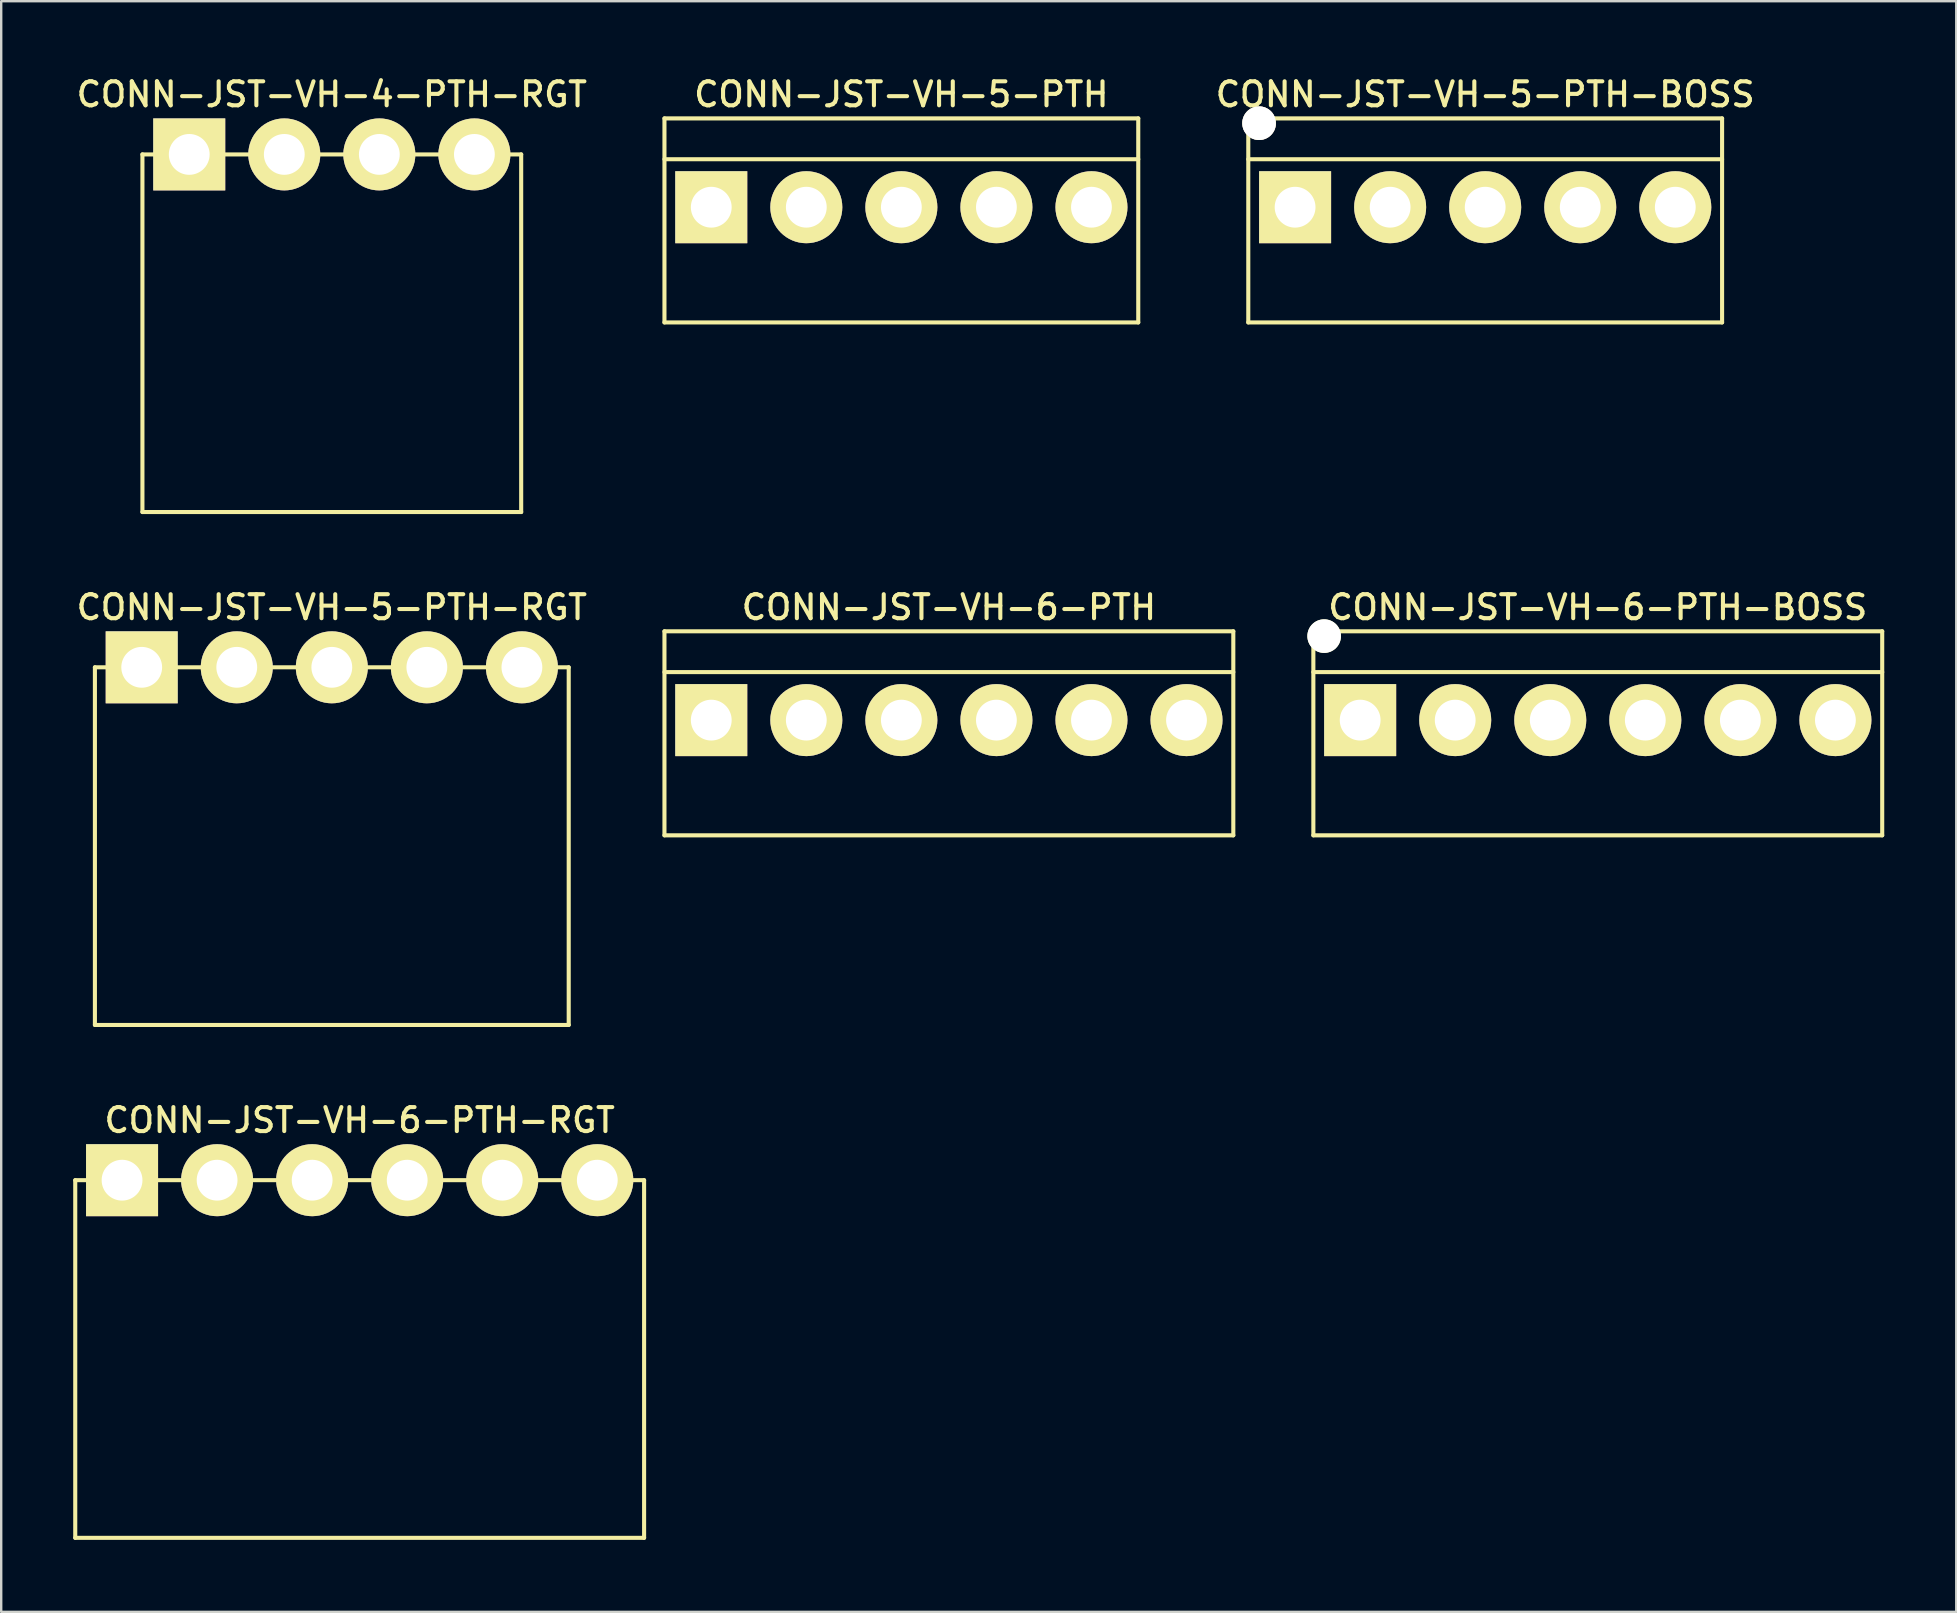
<source format=kicad_pcb>
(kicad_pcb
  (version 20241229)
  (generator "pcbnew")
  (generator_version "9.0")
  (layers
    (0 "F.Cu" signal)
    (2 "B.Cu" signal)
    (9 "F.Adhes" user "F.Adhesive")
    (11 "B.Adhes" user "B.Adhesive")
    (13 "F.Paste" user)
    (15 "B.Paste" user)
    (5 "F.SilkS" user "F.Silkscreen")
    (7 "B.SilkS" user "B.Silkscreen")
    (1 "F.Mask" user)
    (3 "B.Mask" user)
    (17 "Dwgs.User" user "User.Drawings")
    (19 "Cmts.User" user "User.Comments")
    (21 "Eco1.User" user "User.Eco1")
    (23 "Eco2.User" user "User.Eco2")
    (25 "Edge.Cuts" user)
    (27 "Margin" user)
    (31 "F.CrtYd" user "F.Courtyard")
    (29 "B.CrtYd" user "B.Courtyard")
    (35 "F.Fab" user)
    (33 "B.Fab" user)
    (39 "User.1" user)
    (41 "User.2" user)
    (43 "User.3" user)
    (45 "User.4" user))
  (footprint "CONN-JST-VH-6-PTH-RGT"
    (layer "F.Cu")
    (at 11.935 46.12)
    (property "Reference" "CONN-JST-VH-6-PTH-RGT" (at 0 -2.5 0) (layer "F.SilkS") (effects (font (size 1 1) (thickness 0.17))))
    (attr through_hole)
    (fp_line (start -11.85 0) (end 11.85 0) (stroke (width 0.17) (type solid)) (layer "F.SilkS"))
    (fp_line (start -11.85 14.9) (end -11.85 0) (stroke (width 0.17) (type solid)) (layer "F.SilkS"))
    (fp_line (start -11.85 14.9) (end 11.85 14.9) (stroke (width 0.17) (type solid)) (layer "F.SilkS"))
    (fp_line (start 11.85 14.9) (end 11.85 0) (stroke (width 0.17) (type solid)) (layer "F.SilkS"))
    (pad "1" thru_hole rect (at -9.9 0) (size 3 3) (drill 1.7) (layers "*.Cu" "*.Mask" "F.SilkS"))
    (pad "2" thru_hole circle (at -5.94 0) (size 3 3) (drill 1.7) (layers "*.Cu" "*.Mask" "F.SilkS"))
    (pad "3" thru_hole circle (at -1.98 0) (size 3 3) (drill 1.7) (layers "*.Cu" "*.Mask" "F.SilkS"))
    (pad "4" thru_hole circle (at 1.98 0) (size 3 3) (drill 1.7) (layers "*.Cu" "*.Mask" "F.SilkS"))
    (pad "5" thru_hole circle (at 5.94 0) (size 3 3) (drill 1.7) (layers "*.Cu" "*.Mask" "F.SilkS"))
    (pad "6" thru_hole circle (at 9.9 0) (size 3 3) (drill 1.7) (layers "*.Cu" "*.Mask" "F.SilkS")))
  (footprint "CONN-JST-VH-6-PTH"
    (layer "F.Cu")
    (at 36.483 26.952)
    (property "Reference" "CONN-JST-VH-6-PTH" (at 0 -4.7 0) (layer "F.SilkS") (effects (font (size 1 1) (thickness 0.17))))
    (attr through_hole)
    (fp_line (start -11.85 -3.7) (end 11.85 -3.7) (stroke (width 0.17) (type solid)) (layer "F.SilkS"))
    (fp_line (start -11.85 -2) (end 11.85 -2) (stroke (width 0.17) (type solid)) (layer "F.SilkS"))
    (fp_line (start -11.85 4.8) (end -11.85 -3.7) (stroke (width 0.17) (type solid)) (layer "F.SilkS"))
    (fp_line (start -11.85 4.8) (end 11.85 4.8) (stroke (width 0.17) (type solid)) (layer "F.SilkS"))
    (fp_line (start 11.85 4.8) (end 11.85 -3.7) (stroke (width 0.17) (type solid)) (layer "F.SilkS"))
    (pad "1" thru_hole rect (at -9.9 0) (size 3 3) (drill 1.7) (layers "*.Cu" "*.Mask" "F.SilkS"))
    (pad "2" thru_hole circle (at -5.94 0) (size 3 3) (drill 1.7) (layers "*.Cu" "*.Mask" "F.SilkS"))
    (pad "3" thru_hole circle (at -1.98 0) (size 3 3) (drill 1.7) (layers "*.Cu" "*.Mask" "F.SilkS"))
    (pad "4" thru_hole circle (at 1.98 0) (size 3 3) (drill 1.7) (layers "*.Cu" "*.Mask" "F.SilkS"))
    (pad "5" thru_hole circle (at 5.94 0) (size 3 3) (drill 1.7) (layers "*.Cu" "*.Mask" "F.SilkS"))
    (pad "6" thru_hole circle (at 9.9 0) (size 3 3) (drill 1.7) (layers "*.Cu" "*.Mask" "F.SilkS")))
  (footprint "CONN-JST-VH-5-PTH-BOSS"
    (layer "F.Cu")
    (at 58.827 5.583)
    (property "Reference" "CONN-JST-VH-5-PTH-BOSS" (at 0 -4.7 0) (layer "F.SilkS") (effects (font (size 1 1) (thickness 0.17))))
    (attr through_hole)
    (fp_line (start -9.87 -3.7) (end 9.87 -3.7) (stroke (width 0.17) (type solid)) (layer "F.SilkS"))
    (fp_line (start -9.87 -2) (end 9.87 -2) (stroke (width 0.17) (type solid)) (layer "F.SilkS"))
    (fp_line (start -9.87 4.8) (end -9.87 -3.7) (stroke (width 0.17) (type solid)) (layer "F.SilkS"))
    (fp_line (start -9.87 4.8) (end 9.87 4.8) (stroke (width 0.17) (type solid)) (layer "F.SilkS"))
    (fp_line (start 9.87 4.8) (end 9.87 -3.7) (stroke (width 0.17) (type solid)) (layer "F.SilkS"))
    (pad "1" thru_hole rect (at -7.92 0) (size 3 3) (drill 1.7) (layers "*.Cu" "*.Mask" "F.SilkS"))
    (pad "2" thru_hole circle (at -3.96 0) (size 3 3) (drill 1.7) (layers "*.Cu" "*.Mask" "F.SilkS"))
    (pad "3" thru_hole circle (at 0 0) (size 3 3) (drill 1.7) (layers "*.Cu" "*.Mask" "F.SilkS"))
    (pad "4" thru_hole circle (at 3.96 0) (size 3 3) (drill 1.7) (layers "*.Cu" "*.Mask" "F.SilkS"))
    (pad "5" thru_hole circle (at 7.92 0) (size 3 3) (drill 1.7) (layers "*.Cu" "*.Mask" "F.SilkS"))
    (pad "M1" thru_hole circle (at -9.42 -3.5) (size 1.4 1.4) (drill 1.4) (layers "*.Cu" "*.Mask" "F.SilkS")))
  (footprint "CONN-JST-VH-4-PTH-RGT"
    (layer "F.Cu")
    (at 10.774 3.383)
    (property "Reference" "CONN-JST-VH-4-PTH-RGT" (at 0 -2.5 0) (layer "F.SilkS") (effects (font (size 1 1) (thickness 0.17))))
    (attr through_hole)
    (fp_line (start -7.89 0) (end 7.89 0) (stroke (width 0.17) (type solid)) (layer "F.SilkS"))
    (fp_line (start -7.89 14.9) (end -7.89 0) (stroke (width 0.17) (type solid)) (layer "F.SilkS"))
    (fp_line (start -7.89 14.9) (end 7.89 14.9) (stroke (width 0.17) (type solid)) (layer "F.SilkS"))
    (fp_line (start 7.89 14.9) (end 7.89 0) (stroke (width 0.17) (type solid)) (layer "F.SilkS"))
    (pad "1" thru_hole rect (at -5.94 0) (size 3 3) (drill 1.7) (layers "*.Cu" "*.Mask" "F.SilkS"))
    (pad "2" thru_hole circle (at -1.98 0) (size 3 3) (drill 1.7) (layers "*.Cu" "*.Mask" "F.SilkS"))
    (pad "3" thru_hole circle (at 1.98 0) (size 3 3) (drill 1.7) (layers "*.Cu" "*.Mask" "F.SilkS"))
    (pad "4" thru_hole circle (at 5.94 0) (size 3 3) (drill 1.7) (layers "*.Cu" "*.Mask" "F.SilkS")))
  (footprint "CONN-JST-VH-5-PTH-RGT"
    (layer "F.Cu")
    (at 10.774 24.752)
    (property "Reference" "CONN-JST-VH-5-PTH-RGT" (at 0 -2.5 0) (layer "F.SilkS") (effects (font (size 1 1) (thickness 0.17))))
    (attr through_hole)
    (fp_line (start -9.87 0) (end 9.87 0) (stroke (width 0.17) (type solid)) (layer "F.SilkS"))
    (fp_line (start -9.87 14.9) (end -9.87 0) (stroke (width 0.17) (type solid)) (layer "F.SilkS"))
    (fp_line (start -9.87 14.9) (end 9.87 14.9) (stroke (width 0.17) (type solid)) (layer "F.SilkS"))
    (fp_line (start 9.87 14.9) (end 9.87 0) (stroke (width 0.17) (type solid)) (layer "F.SilkS"))
    (pad "1" thru_hole rect (at -7.92 0) (size 3 3) (drill 1.7) (layers "*.Cu" "*.Mask" "F.SilkS"))
    (pad "2" thru_hole circle (at -3.96 0) (size 3 3) (drill 1.7) (layers "*.Cu" "*.Mask" "F.SilkS"))
    (pad "3" thru_hole circle (at 0 0) (size 3 3) (drill 1.7) (layers "*.Cu" "*.Mask" "F.SilkS"))
    (pad "4" thru_hole circle (at 3.96 0) (size 3 3) (drill 1.7) (layers "*.Cu" "*.Mask" "F.SilkS"))
    (pad "5" thru_hole circle (at 7.92 0) (size 3 3) (drill 1.7) (layers "*.Cu" "*.Mask" "F.SilkS")))
  (footprint "CONN-JST-VH-5-PTH"
    (layer "F.Cu")
    (at 34.503 5.583)
    (property "Reference" "CONN-JST-VH-5-PTH" (at 0 -4.7 0) (layer "F.SilkS") (effects (font (size 1 1) (thickness 0.17))))
    (attr through_hole)
    (fp_line (start -9.87 -3.7) (end 9.87 -3.7) (stroke (width 0.17) (type solid)) (layer "F.SilkS"))
    (fp_line (start -9.87 -2) (end 9.87 -2) (stroke (width 0.17) (type solid)) (layer "F.SilkS"))
    (fp_line (start -9.87 4.8) (end -9.87 -3.7) (stroke (width 0.17) (type solid)) (layer "F.SilkS"))
    (fp_line (start -9.87 4.8) (end 9.87 4.8) (stroke (width 0.17) (type solid)) (layer "F.SilkS"))
    (fp_line (start 9.87 4.8) (end 9.87 -3.7) (stroke (width 0.17) (type solid)) (layer "F.SilkS"))
    (pad "1" thru_hole rect (at -7.92 0) (size 3 3) (drill 1.7) (layers "*.Cu" "*.Mask" "F.SilkS"))
    (pad "2" thru_hole circle (at -3.96 0) (size 3 3) (drill 1.7) (layers "*.Cu" "*.Mask" "F.SilkS"))
    (pad "3" thru_hole circle (at 0 0) (size 3 3) (drill 1.7) (layers "*.Cu" "*.Mask" "F.SilkS"))
    (pad "4" thru_hole circle (at 3.96 0) (size 3 3) (drill 1.7) (layers "*.Cu" "*.Mask" "F.SilkS"))
    (pad "5" thru_hole circle (at 7.92 0) (size 3 3) (drill 1.7) (layers "*.Cu" "*.Mask" "F.SilkS")))
  (footprint "CONN-JST-VH-6-PTH-BOSS"
    (layer "F.Cu")
    (at 63.518 26.952)
    (property "Reference" "CONN-JST-VH-6-PTH-BOSS" (at 0 -4.7 0) (layer "F.SilkS") (effects (font (size 1 1) (thickness 0.17))))
    (attr through_hole)
    (fp_line (start -11.85 -3.7) (end 11.85 -3.7) (stroke (width 0.17) (type solid)) (layer "F.SilkS"))
    (fp_line (start -11.85 -2) (end 11.85 -2) (stroke (width 0.17) (type solid)) (layer "F.SilkS"))
    (fp_line (start -11.85 4.8) (end -11.85 -3.7) (stroke (width 0.17) (type solid)) (layer "F.SilkS"))
    (fp_line (start -11.85 4.8) (end 11.85 4.8) (stroke (width 0.17) (type solid)) (layer "F.SilkS"))
    (fp_line (start 11.85 4.8) (end 11.85 -3.7) (stroke (width 0.17) (type solid)) (layer "F.SilkS"))
    (pad "" np_thru_hole circle (at -11.4 -3.5) (size 1.4 1.4) (drill 1.4) (layers "*.Cu" "*.Mask" "F.SilkS"))
    (pad "1" thru_hole rect (at -9.9 0) (size 3 3) (drill 1.7) (layers "*.Cu" "*.Mask" "F.SilkS"))
    (pad "2" thru_hole circle (at -5.94 0) (size 3 3) (drill 1.7) (layers "*.Cu" "*.Mask" "F.SilkS"))
    (pad "3" thru_hole circle (at -1.98 0) (size 3 3) (drill 1.7) (layers "*.Cu" "*.Mask" "F.SilkS"))
    (pad "4" thru_hole circle (at 1.98 0) (size 3 3) (drill 1.7) (layers "*.Cu" "*.Mask" "F.SilkS"))
    (pad "5" thru_hole circle (at 5.94 0) (size 3 3) (drill 1.7) (layers "*.Cu" "*.Mask" "F.SilkS"))
    (pad "6" thru_hole circle (at 9.9 0) (size 3 3) (drill 1.7) (layers "*.Cu" "*.Mask" "F.SilkS")))
  (gr_rect
    (start -3 -3)
    (end 78.453 64.105)
    (stroke (width 0.1) (type default))
    (fill no)
    (layer "Edge.Cuts")))
</source>
